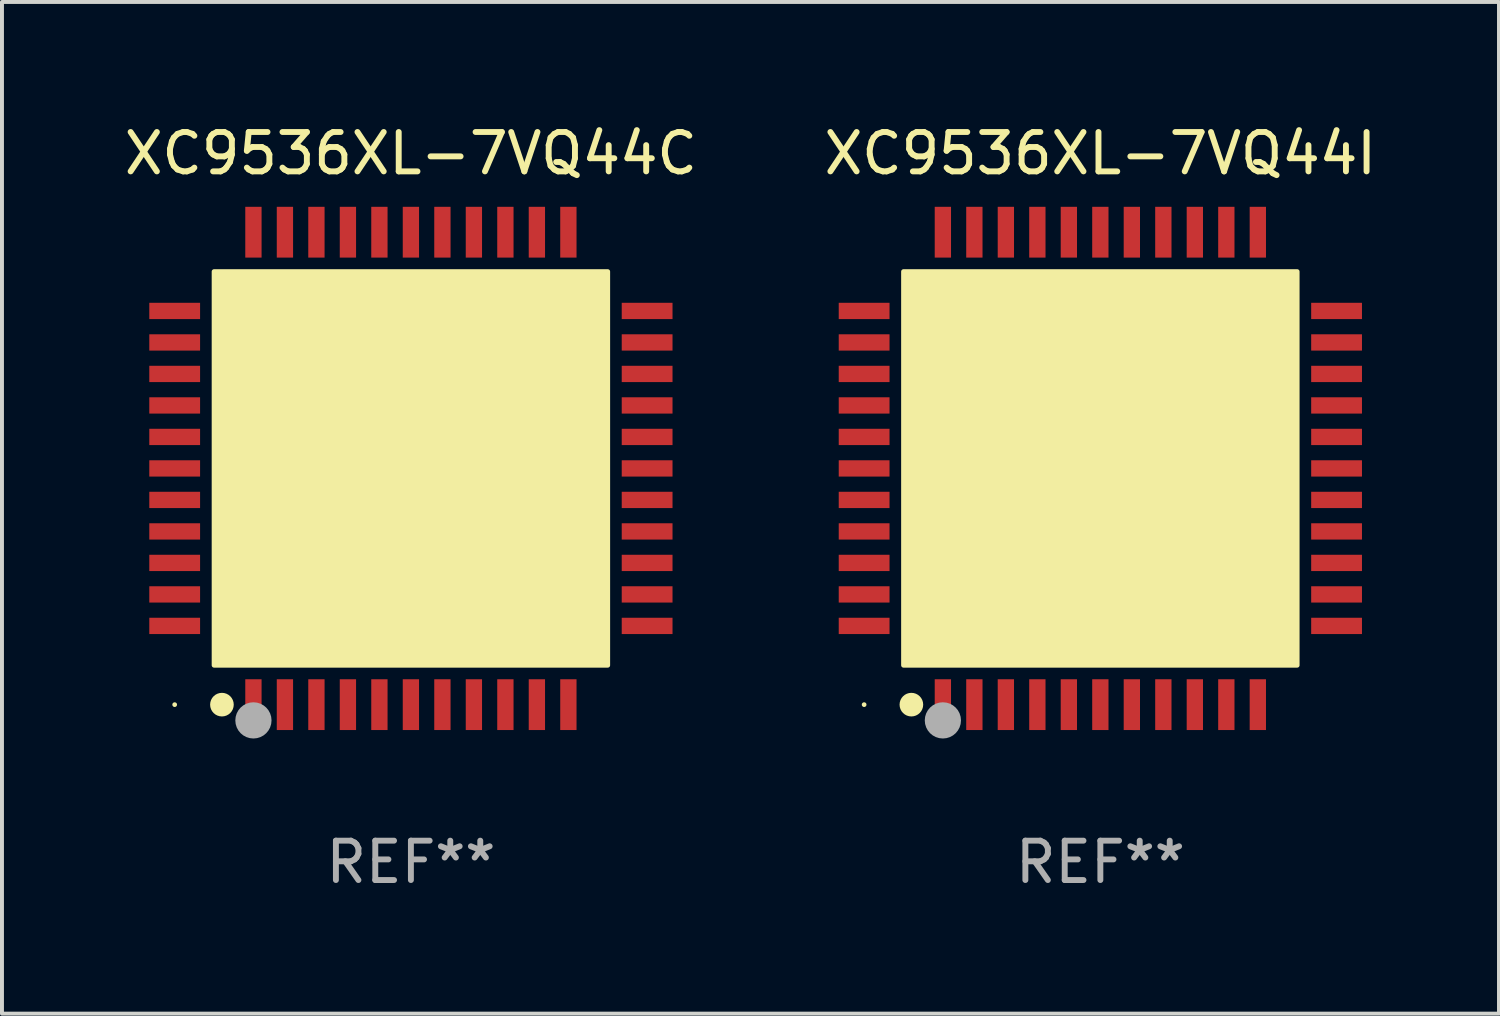
<source format=kicad_pcb>
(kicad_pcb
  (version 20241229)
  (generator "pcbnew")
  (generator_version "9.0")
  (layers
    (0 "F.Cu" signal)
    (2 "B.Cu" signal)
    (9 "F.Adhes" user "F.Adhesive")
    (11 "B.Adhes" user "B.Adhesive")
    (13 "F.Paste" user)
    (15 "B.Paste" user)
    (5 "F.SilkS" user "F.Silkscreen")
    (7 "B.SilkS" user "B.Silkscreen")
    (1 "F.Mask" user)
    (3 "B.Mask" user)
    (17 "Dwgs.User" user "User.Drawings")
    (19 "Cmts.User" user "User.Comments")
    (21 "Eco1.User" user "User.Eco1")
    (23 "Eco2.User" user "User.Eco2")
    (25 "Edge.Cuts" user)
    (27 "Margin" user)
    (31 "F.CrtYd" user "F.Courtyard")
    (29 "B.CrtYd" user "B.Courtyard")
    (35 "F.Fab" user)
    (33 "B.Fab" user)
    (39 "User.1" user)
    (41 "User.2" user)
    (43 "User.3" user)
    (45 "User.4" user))
  (footprint "XC9536XL-7VQ44I"
    (layer "F.Cu")
    (at 24.899 8.848)
    (property "Reference" "XC9536XL-7VQ44I" (at 0 -8 0) (layer "F.SilkS") (effects (font (size 1 1) (thickness 0.15))))
    (attr through_hole)
    (fp_circle (center -6 6) (end -5.97 6) (stroke (width 0.06) (type solid)) (fill no) (layer "F.SilkS"))
    (fp_circle (center -4.8 6) (end -4.65 6) (stroke (width 0.3) (type solid)) (fill no) (layer "F.SilkS"))
    (fp_poly (pts (xy -5 -5) (xy 5 -5) (xy 5 5) (xy -5 5)) (stroke (width 0.12) (type solid)) (fill yes) (layer "F.SilkS"))
    (fp_circle (center -4 6.4) (end -3.77 6.4) (stroke (width 0.46) (type solid)) (fill no) (layer "F.Fab"))
    (fp_text user "REF**" (at 0 10 0) (layer "F.Fab") (effects (font (size 1 1) (thickness 0.15))))
    (pad "1" smd rect (at -4 6 90) (size 1.29 0.414) (layers "F.Cu" "F.Mask" "F.Paste"))
    (pad "2" smd rect (at -3.2 6 90) (size 1.29 0.414) (layers "F.Cu" "F.Mask" "F.Paste"))
    (pad "3" smd rect (at -2.4 6 90) (size 1.29 0.414) (layers "F.Cu" "F.Mask" "F.Paste"))
    (pad "4" smd rect (at -1.6 6 90) (size 1.29 0.414) (layers "F.Cu" "F.Mask" "F.Paste"))
    (pad "5" smd rect (at -0.8 6 90) (size 1.29 0.414) (layers "F.Cu" "F.Mask" "F.Paste"))
    (pad "6" smd rect (at 0 6 90) (size 1.29 0.414) (layers "F.Cu" "F.Mask" "F.Paste"))
    (pad "7" smd rect (at 0.8 6 90) (size 1.29 0.414) (layers "F.Cu" "F.Mask" "F.Paste"))
    (pad "8" smd rect (at 1.6 6 90) (size 1.29 0.414) (layers "F.Cu" "F.Mask" "F.Paste"))
    (pad "9" smd rect (at 2.4 6 90) (size 1.29 0.414) (layers "F.Cu" "F.Mask" "F.Paste"))
    (pad "10" smd rect (at 3.2 6 90) (size 1.29 0.414) (layers "F.Cu" "F.Mask" "F.Paste"))
    (pad "11" smd rect (at 4 6 90) (size 1.29 0.414) (layers "F.Cu" "F.Mask" "F.Paste"))
    (pad "12" smd rect (at 6 4 90) (size 0.414 1.29) (layers "F.Cu" "F.Mask" "F.Paste"))
    (pad "13" smd rect (at 6 3.2 90) (size 0.414 1.29) (layers "F.Cu" "F.Mask" "F.Paste"))
    (pad "14" smd rect (at 6 2.4 90) (size 0.414 1.29) (layers "F.Cu" "F.Mask" "F.Paste"))
    (pad "15" smd rect (at 6 1.6 90) (size 0.414 1.29) (layers "F.Cu" "F.Mask" "F.Paste"))
    (pad "16" smd rect (at 6 0.8 90) (size 0.414 1.29) (layers "F.Cu" "F.Mask" "F.Paste"))
    (pad "17" smd rect (at 6 0 90) (size 0.414 1.29) (layers "F.Cu" "F.Mask" "F.Paste"))
    (pad "18" smd rect (at 6 -0.8 90) (size 0.414 1.29) (layers "F.Cu" "F.Mask" "F.Paste"))
    (pad "19" smd rect (at 6 -1.6 90) (size 0.414 1.29) (layers "F.Cu" "F.Mask" "F.Paste"))
    (pad "20" smd rect (at 6 -2.4 90) (size 0.414 1.29) (layers "F.Cu" "F.Mask" "F.Paste"))
    (pad "21" smd rect (at 6 -3.2 90) (size 0.414 1.29) (layers "F.Cu" "F.Mask" "F.Paste"))
    (pad "22" smd rect (at 6 -4 90) (size 0.414 1.29) (layers "F.Cu" "F.Mask" "F.Paste"))
    (pad "23" smd rect (at 4 -6 90) (size 1.29 0.414) (layers "F.Cu" "F.Mask" "F.Paste"))
    (pad "24" smd rect (at 3.2 -6 90) (size 1.29 0.414) (layers "F.Cu" "F.Mask" "F.Paste"))
    (pad "25" smd rect (at 2.4 -6 90) (size 1.29 0.414) (layers "F.Cu" "F.Mask" "F.Paste"))
    (pad "26" smd rect (at 1.6 -6 90) (size 1.29 0.414) (layers "F.Cu" "F.Mask" "F.Paste"))
    (pad "27" smd rect (at 0.8 -6 90) (size 1.29 0.414) (layers "F.Cu" "F.Mask" "F.Paste"))
    (pad "28" smd rect (at 0 -6 90) (size 1.29 0.414) (layers "F.Cu" "F.Mask" "F.Paste"))
    (pad "29" smd rect (at -0.8 -6 90) (size 1.29 0.414) (layers "F.Cu" "F.Mask" "F.Paste"))
    (pad "30" smd rect (at -1.6 -6 90) (size 1.29 0.414) (layers "F.Cu" "F.Mask" "F.Paste"))
    (pad "31" smd rect (at -2.4 -6 90) (size 1.29 0.414) (layers "F.Cu" "F.Mask" "F.Paste"))
    (pad "32" smd rect (at -3.2 -6 90) (size 1.29 0.414) (layers "F.Cu" "F.Mask" "F.Paste"))
    (pad "33" smd rect (at -4 -6 90) (size 1.29 0.414) (layers "F.Cu" "F.Mask" "F.Paste"))
    (pad "34" smd rect (at -6 -4 180) (size 1.29 0.414) (layers "F.Cu" "F.Mask" "F.Paste"))
    (pad "35" smd rect (at -6 -3.2 180) (size 1.29 0.414) (layers "F.Cu" "F.Mask" "F.Paste"))
    (pad "36" smd rect (at -6 -2.4 180) (size 1.29 0.414) (layers "F.Cu" "F.Mask" "F.Paste"))
    (pad "37" smd rect (at -6 -1.6 180) (size 1.29 0.414) (layers "F.Cu" "F.Mask" "F.Paste"))
    (pad "38" smd rect (at -6 -0.8 180) (size 1.29 0.414) (layers "F.Cu" "F.Mask" "F.Paste"))
    (pad "39" smd rect (at -6 0 180) (size 1.29 0.414) (layers "F.Cu" "F.Mask" "F.Paste"))
    (pad "40" smd rect (at -6 0.8 180) (size 1.29 0.414) (layers "F.Cu" "F.Mask" "F.Paste"))
    (pad "41" smd rect (at -6 1.6 180) (size 1.29 0.414) (layers "F.Cu" "F.Mask" "F.Paste"))
    (pad "42" smd rect (at -6 2.4 180) (size 1.29 0.414) (layers "F.Cu" "F.Mask" "F.Paste"))
    (pad "43" smd rect (at -6 3.2 180) (size 1.29 0.414) (layers "F.Cu" "F.Mask" "F.Paste"))
    (pad "44" smd rect (at -6 4 180) (size 1.29 0.414) (layers "F.Cu" "F.Mask" "F.Paste")))
  (footprint "XC9536XL-7VQ44C"
    (layer "F.Cu")
    (at 7.387 8.848)
    (property "Reference" "XC9536XL-7VQ44C" (at 0 -8 0) (layer "F.SilkS") (effects (font (size 1 1) (thickness 0.15))))
    (attr through_hole)
    (fp_circle (center -6 6) (end -5.97 6) (stroke (width 0.06) (type solid)) (fill no) (layer "F.SilkS"))
    (fp_circle (center -4.8 6) (end -4.65 6) (stroke (width 0.3) (type solid)) (fill no) (layer "F.SilkS"))
    (fp_poly (pts (xy -5 -5) (xy 5 -5) (xy 5 5) (xy -5 5)) (stroke (width 0.12) (type solid)) (fill yes) (layer "F.SilkS"))
    (fp_circle (center -4 6.4) (end -3.77 6.4) (stroke (width 0.46) (type solid)) (fill no) (layer "F.Fab"))
    (fp_text user "REF**" (at 0 10 0) (layer "F.Fab") (effects (font (size 1 1) (thickness 0.15))))
    (pad "1" smd rect (at -4 6 90) (size 1.29 0.414) (layers "F.Cu" "F.Mask" "F.Paste"))
    (pad "2" smd rect (at -3.2 6 90) (size 1.29 0.414) (layers "F.Cu" "F.Mask" "F.Paste"))
    (pad "3" smd rect (at -2.4 6 90) (size 1.29 0.414) (layers "F.Cu" "F.Mask" "F.Paste"))
    (pad "4" smd rect (at -1.6 6 90) (size 1.29 0.414) (layers "F.Cu" "F.Mask" "F.Paste"))
    (pad "5" smd rect (at -0.8 6 90) (size 1.29 0.414) (layers "F.Cu" "F.Mask" "F.Paste"))
    (pad "6" smd rect (at 0 6 90) (size 1.29 0.414) (layers "F.Cu" "F.Mask" "F.Paste"))
    (pad "7" smd rect (at 0.8 6 90) (size 1.29 0.414) (layers "F.Cu" "F.Mask" "F.Paste"))
    (pad "8" smd rect (at 1.6 6 90) (size 1.29 0.414) (layers "F.Cu" "F.Mask" "F.Paste"))
    (pad "9" smd rect (at 2.4 6 90) (size 1.29 0.414) (layers "F.Cu" "F.Mask" "F.Paste"))
    (pad "10" smd rect (at 3.2 6 90) (size 1.29 0.414) (layers "F.Cu" "F.Mask" "F.Paste"))
    (pad "11" smd rect (at 4 6 90) (size 1.29 0.414) (layers "F.Cu" "F.Mask" "F.Paste"))
    (pad "12" smd rect (at 6 4 90) (size 0.414 1.29) (layers "F.Cu" "F.Mask" "F.Paste"))
    (pad "13" smd rect (at 6 3.2 90) (size 0.414 1.29) (layers "F.Cu" "F.Mask" "F.Paste"))
    (pad "14" smd rect (at 6 2.4 90) (size 0.414 1.29) (layers "F.Cu" "F.Mask" "F.Paste"))
    (pad "15" smd rect (at 6 1.6 90) (size 0.414 1.29) (layers "F.Cu" "F.Mask" "F.Paste"))
    (pad "16" smd rect (at 6 0.8 90) (size 0.414 1.29) (layers "F.Cu" "F.Mask" "F.Paste"))
    (pad "17" smd rect (at 6 0 90) (size 0.414 1.29) (layers "F.Cu" "F.Mask" "F.Paste"))
    (pad "18" smd rect (at 6 -0.8 90) (size 0.414 1.29) (layers "F.Cu" "F.Mask" "F.Paste"))
    (pad "19" smd rect (at 6 -1.6 90) (size 0.414 1.29) (layers "F.Cu" "F.Mask" "F.Paste"))
    (pad "20" smd rect (at 6 -2.4 90) (size 0.414 1.29) (layers "F.Cu" "F.Mask" "F.Paste"))
    (pad "21" smd rect (at 6 -3.2 90) (size 0.414 1.29) (layers "F.Cu" "F.Mask" "F.Paste"))
    (pad "22" smd rect (at 6 -4 90) (size 0.414 1.29) (layers "F.Cu" "F.Mask" "F.Paste"))
    (pad "23" smd rect (at 4 -6 90) (size 1.29 0.414) (layers "F.Cu" "F.Mask" "F.Paste"))
    (pad "24" smd rect (at 3.2 -6 90) (size 1.29 0.414) (layers "F.Cu" "F.Mask" "F.Paste"))
    (pad "25" smd rect (at 2.4 -6 90) (size 1.29 0.414) (layers "F.Cu" "F.Mask" "F.Paste"))
    (pad "26" smd rect (at 1.6 -6 90) (size 1.29 0.414) (layers "F.Cu" "F.Mask" "F.Paste"))
    (pad "27" smd rect (at 0.8 -6 90) (size 1.29 0.414) (layers "F.Cu" "F.Mask" "F.Paste"))
    (pad "28" smd rect (at 0 -6 90) (size 1.29 0.414) (layers "F.Cu" "F.Mask" "F.Paste"))
    (pad "29" smd rect (at -0.8 -6 90) (size 1.29 0.414) (layers "F.Cu" "F.Mask" "F.Paste"))
    (pad "30" smd rect (at -1.6 -6 90) (size 1.29 0.414) (layers "F.Cu" "F.Mask" "F.Paste"))
    (pad "31" smd rect (at -2.4 -6 90) (size 1.29 0.414) (layers "F.Cu" "F.Mask" "F.Paste"))
    (pad "32" smd rect (at -3.2 -6 90) (size 1.29 0.414) (layers "F.Cu" "F.Mask" "F.Paste"))
    (pad "33" smd rect (at -4 -6 90) (size 1.29 0.414) (layers "F.Cu" "F.Mask" "F.Paste"))
    (pad "34" smd rect (at -6 -4 180) (size 1.29 0.414) (layers "F.Cu" "F.Mask" "F.Paste"))
    (pad "35" smd rect (at -6 -3.2 180) (size 1.29 0.414) (layers "F.Cu" "F.Mask" "F.Paste"))
    (pad "36" smd rect (at -6 -2.4 180) (size 1.29 0.414) (layers "F.Cu" "F.Mask" "F.Paste"))
    (pad "37" smd rect (at -6 -1.6 180) (size 1.29 0.414) (layers "F.Cu" "F.Mask" "F.Paste"))
    (pad "38" smd rect (at -6 -0.8 180) (size 1.29 0.414) (layers "F.Cu" "F.Mask" "F.Paste"))
    (pad "39" smd rect (at -6 0 180) (size 1.29 0.414) (layers "F.Cu" "F.Mask" "F.Paste"))
    (pad "40" smd rect (at -6 0.8 180) (size 1.29 0.414) (layers "F.Cu" "F.Mask" "F.Paste"))
    (pad "41" smd rect (at -6 1.6 180) (size 1.29 0.414) (layers "F.Cu" "F.Mask" "F.Paste"))
    (pad "42" smd rect (at -6 2.4 180) (size 1.29 0.414) (layers "F.Cu" "F.Mask" "F.Paste"))
    (pad "43" smd rect (at -6 3.2 180) (size 1.29 0.414) (layers "F.Cu" "F.Mask" "F.Paste"))
    (pad "44" smd rect (at -6 4 180) (size 1.29 0.414) (layers "F.Cu" "F.Mask" "F.Paste")))
  (gr_rect
    (start -3 -3)
    (end 35.024 22.697)
    (stroke (width 0.1) (type default))
    (fill no)
    (layer "Edge.Cuts")))
</source>
